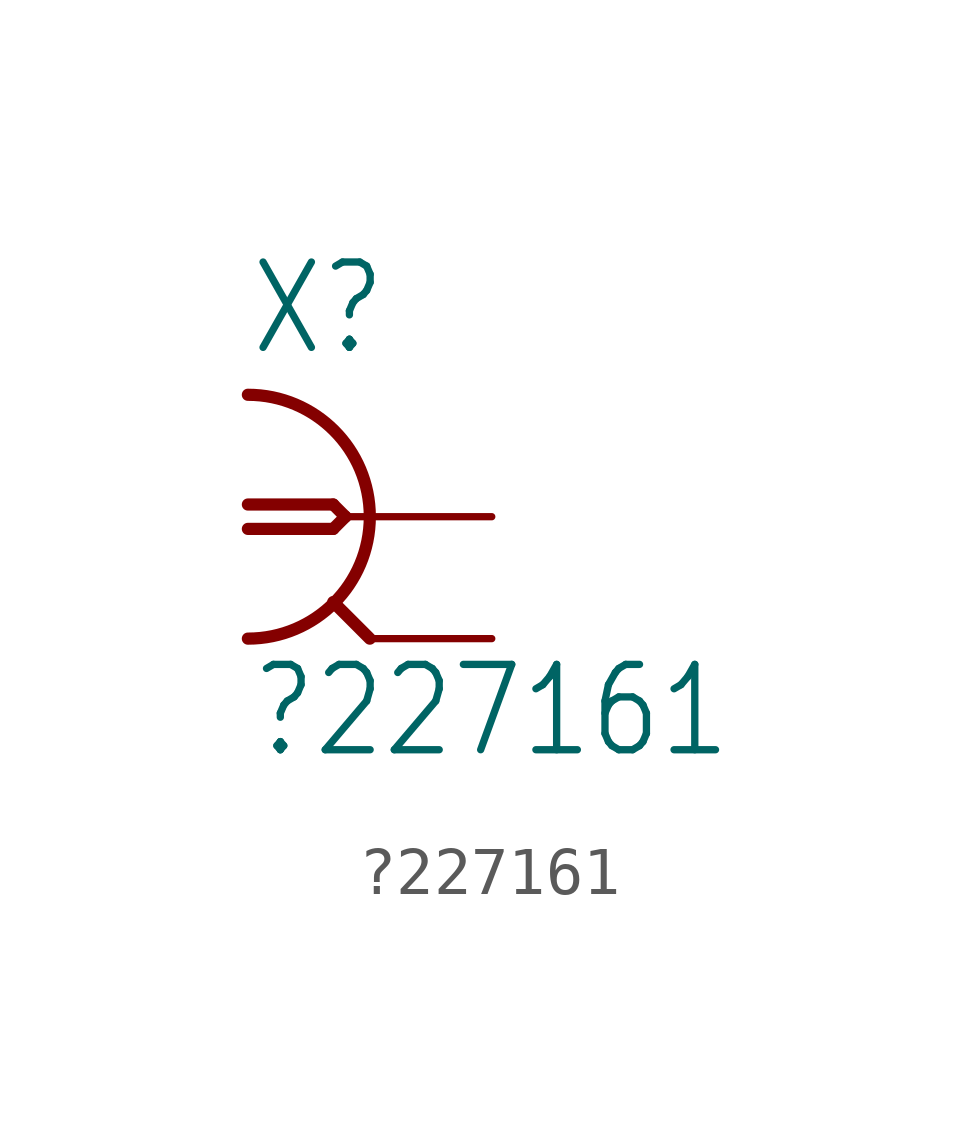
<source format=kicad_sym>
(kicad_symbol_lib
  (version 20211014)
  (generator kicad_symbol_editor)
  (symbol "?227161"
    (property "Reference" "X"
      (at -2.54 3.302 0)
      (effects (font (size 1.778 1.511)) (justify left bottom)))
    (property "Value" "?227161"
      (at -2.54 -5.08 0)
      (effects (font (size 1.778 1.511)) (justify left bottom)))
    (property "ki_locked" ""
      (at 0 0 0)
      (effects (font (size 1.27 1.27))))
    (symbol "?227161_1_0"
      (arc (start -2.54 -2.54) (mid 0 0) (end -2.54 2.54) (stroke (width 0.254) (type default) (color 0 0 0 0)) (fill (type none)))
      (polyline (pts (xy -2.54 0.254) (xy -0.762 0.254)) (stroke (width 0.254) (type default) (color 0 0 0 0)) (fill (type none)))
      (polyline (pts (xy -0.762 -0.254) (xy -2.54 -0.254)) (stroke (width 0.254) (type default) (color 0 0 0 0)) (fill (type none)))
      (polyline (pts (xy -0.762 0.254) (xy -0.508 0)) (stroke (width 0.254) (type default) (color 0 0 0 0)) (fill (type none)))
      (polyline (pts (xy -0.508 0) (xy -0.762 -0.254)) (stroke (width 0.254) (type default) (color 0 0 0 0)) (fill (type none)))
      (polyline (pts (xy 0 -2.54) (xy -0.762 -1.778)) (stroke (width 0.254) (type default) (color 0 0 0 0)) (fill (type none)))
      (polyline (pts (xy 0 0) (xy -0.508 0)) (stroke (width 0.152) (type default) (color 0 0 0 0)) (fill (type none)))
      (pin passive line (at 2.54 0 180) (length 2.54) (name "1" (effects (font (size 0 0)))) (number "1" (effects (font (size 0 0)))))
      (pin passive line (at 2.54 -2.54 180) (length 2.54) (name "2" (effects (font (size 0 0)))) (number "2" (effects (font (size 0 0))))))))
</source>
